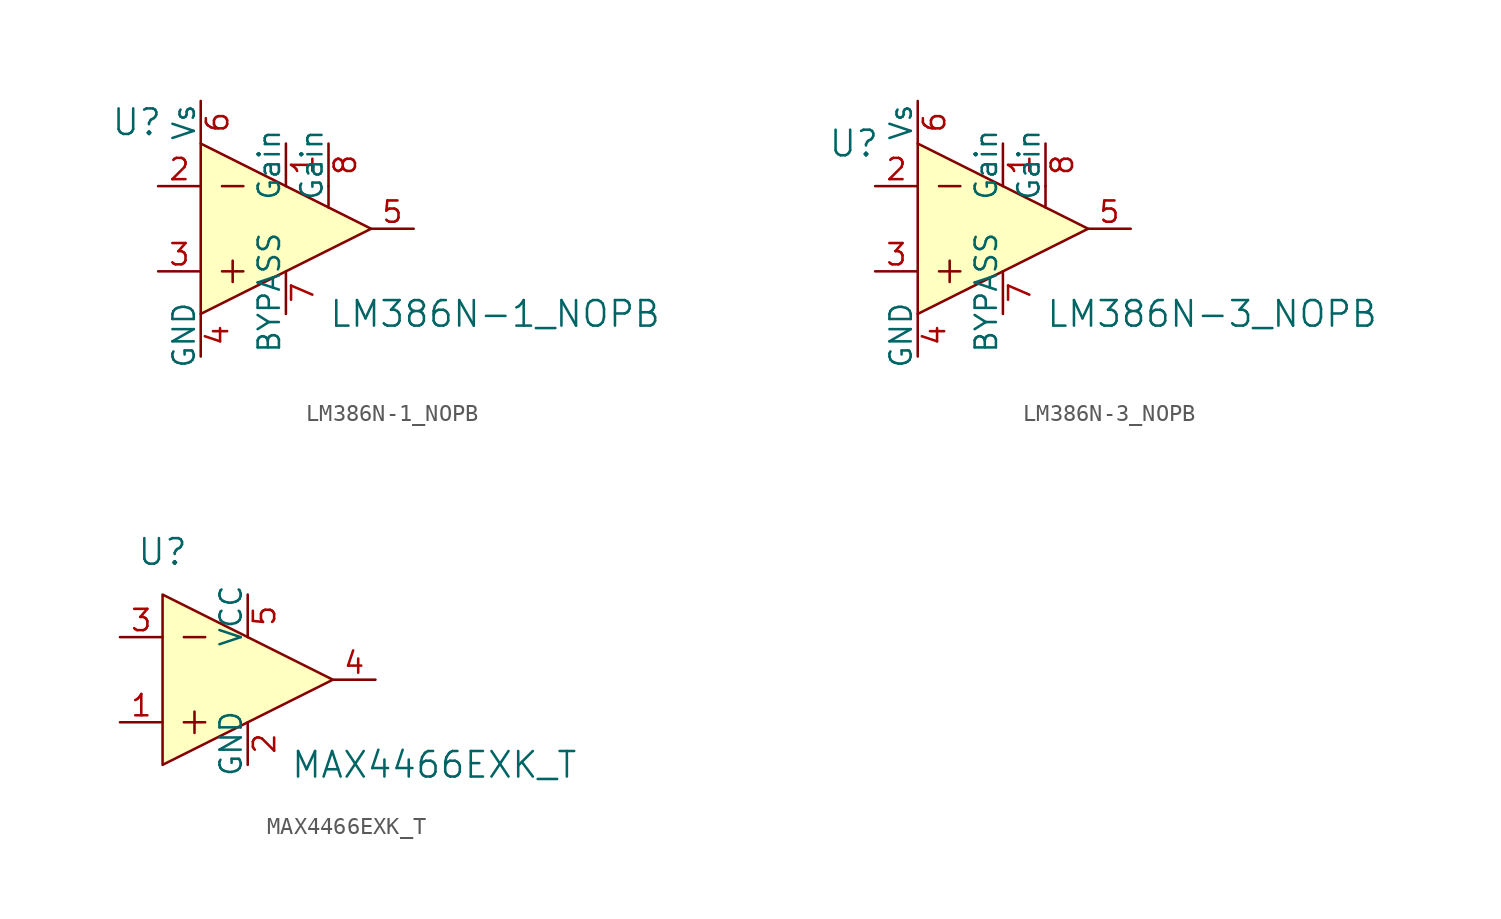
<source format=kicad_sym>
(kicad_symbol_lib
  (version 20231120)
  (generator "kicad_symbol_editor")
  (generator_version "8.0")
  (symbol "LM386N-1_NOPB"
    (pin_names
      (offset 0))
    (property "Reference" "U"
      (at -8.89 6.35 0)
      (effects (font (size 1.524 1.524))))
    (property "Value" "LM386N-1_NOPB"
      (at 2.54 -5.08 0)
      (effects (font (size 1.524 1.524)) (justify left)))
    (symbol "LM386N-1_NOPB_0_1"
      (polyline (pts (xy -3.81 -2.54) (xy -2.54 -2.54)) (stroke (width 0) (type default)) (fill (type none)))
      (polyline (pts (xy -3.81 2.54) (xy -2.54 2.54)) (stroke (width 0) (type default)) (fill (type none)))
      (polyline (pts (xy -3.175 -1.905) (xy -3.175 -3.175)) (stroke (width 0) (type default)) (fill (type none)))
      (polyline (pts (xy 2.54 2.54) (xy 2.54 1.27)) (stroke (width 0) (type default)) (fill (type none)))
      (polyline (pts (xy -5.08 5.08) (xy -5.08 -5.08) (xy 5.08 0) (xy -5.08 5.08)) (stroke (width 0) (type default)) (fill (type background))))
    (symbol "LM386N-1_NOPB_1_1"
      (pin input line (at 0 5.08 270) (length 2.54) (name "Gain" (effects (font (size 1.27 1.27)))) (number "1" (effects (font (size 1.27 1.27)))))
      (pin input line (at -7.62 2.54 0) (length 2.54) (name "~" (effects (font (size 1.27 1.27)))) (number "2" (effects (font (size 1.27 1.27)))))
      (pin input line (at -7.62 -2.54 0) (length 2.54) (name "~" (effects (font (size 1.27 1.27)))) (number "3" (effects (font (size 1.27 1.27)))))
      (pin power_in line (at -5.08 -7.62 90) (length 2.54) (name "GND" (effects (font (size 1.27 1.27)))) (number "4" (effects (font (size 1.27 1.27)))))
      (pin output line (at 7.62 0 180) (length 2.54) (name "~" (effects (font (size 1.27 1.27)))) (number "5" (effects (font (size 1.27 1.27)))))
      (pin power_in line (at -5.08 7.62 270) (length 2.54) (name "Vs" (effects (font (size 1.27 1.27)))) (number "6" (effects (font (size 1.27 1.27)))))
      (pin output line (at 0 -5.08 90) (length 2.54) (name "BYPASS" (effects (font (size 1.27 1.27)))) (number "7" (effects (font (size 1.27 1.27)))))
      (pin input line (at 2.54 5.08 270) (length 2.54) (name "Gain" (effects (font (size 1.27 1.27)))) (number "8" (effects (font (size 1.27 1.27)))))))
  (symbol "LM386N-3_NOPB"
    (pin_names
      (offset 0))
    (property "Reference" "U"
      (at -8.89 5.08 0)
      (effects (font (size 1.524 1.524))))
    (property "Value" "LM386N-3_NOPB"
      (at 2.54 -5.08 0)
      (effects (font (size 1.524 1.524)) (justify left)))
    (symbol "LM386N-3_NOPB_0_1"
      (polyline (pts (xy -3.81 -2.54) (xy -2.54 -2.54)) (stroke (width 0) (type default)) (fill (type none)))
      (polyline (pts (xy -3.81 2.54) (xy -2.54 2.54)) (stroke (width 0) (type default)) (fill (type none)))
      (polyline (pts (xy -3.175 -1.905) (xy -3.175 -3.175)) (stroke (width 0) (type default)) (fill (type none)))
      (polyline (pts (xy 2.54 2.54) (xy 2.54 1.27)) (stroke (width 0) (type default)) (fill (type none)))
      (polyline (pts (xy -5.08 5.08) (xy -5.08 -5.08) (xy 5.08 0) (xy -5.08 5.08)) (stroke (width 0) (type default)) (fill (type background))))
    (symbol "LM386N-3_NOPB_1_1"
      (pin input line (at 0 5.08 270) (length 2.54) (name "Gain" (effects (font (size 1.27 1.27)))) (number "1" (effects (font (size 1.27 1.27)))))
      (pin input line (at -7.62 2.54 0) (length 2.54) (name "~" (effects (font (size 1.27 1.27)))) (number "2" (effects (font (size 1.27 1.27)))))
      (pin input line (at -7.62 -2.54 0) (length 2.54) (name "~" (effects (font (size 1.27 1.27)))) (number "3" (effects (font (size 1.27 1.27)))))
      (pin power_in line (at -5.08 -7.62 90) (length 2.54) (name "GND" (effects (font (size 1.27 1.27)))) (number "4" (effects (font (size 1.27 1.27)))))
      (pin output line (at 7.62 0 180) (length 2.54) (name "~" (effects (font (size 1.27 1.27)))) (number "5" (effects (font (size 1.27 1.27)))))
      (pin power_in line (at -5.08 7.62 270) (length 2.54) (name "Vs" (effects (font (size 1.27 1.27)))) (number "6" (effects (font (size 1.27 1.27)))))
      (pin output line (at 0 -5.08 90) (length 2.54) (name "BYPASS" (effects (font (size 1.27 1.27)))) (number "7" (effects (font (size 1.27 1.27)))))
      (pin input line (at 2.54 5.08 270) (length 2.54) (name "Gain" (effects (font (size 1.27 1.27)))) (number "8" (effects (font (size 1.27 1.27)))))))
  (symbol "MAX4466EXK_T"
    (pin_names
      (offset 0))
    (property "Reference" "U"
      (at -5.08 7.62 0)
      (effects (font (size 1.524 1.524))))
    (property "Value" "MAX4466EXK_T"
      (at 2.54 -5.08 0)
      (effects (font (size 1.524 1.524)) (justify left)))
    (symbol "MAX4466EXK_T_0_1"
      (polyline (pts (xy -3.81 -2.54) (xy -2.54 -2.54)) (stroke (width 0) (type default)) (fill (type none)))
      (polyline (pts (xy -3.81 2.54) (xy -2.54 2.54)) (stroke (width 0) (type default)) (fill (type none)))
      (polyline (pts (xy -3.175 -1.905) (xy -3.175 -3.175)) (stroke (width 0) (type default)) (fill (type none)))
      (polyline (pts (xy -5.08 5.08) (xy -5.08 -5.08) (xy 5.08 0) (xy -5.08 5.08)) (stroke (width 0) (type default)) (fill (type background))))
    (symbol "MAX4466EXK_T_1_1"
      (pin input line (at -7.62 -2.54 0) (length 2.54) (name "~" (effects (font (size 1.27 1.27)))) (number "1" (effects (font (size 1.27 1.27)))))
      (pin power_in line (at 0 -5.08 90) (length 2.54) (name "GND" (effects (font (size 1.27 1.27)))) (number "2" (effects (font (size 1.27 1.27)))))
      (pin input line (at -7.62 2.54 0) (length 2.54) (name "~" (effects (font (size 1.27 1.27)))) (number "3" (effects (font (size 1.27 1.27)))))
      (pin output line (at 7.62 0 180) (length 2.54) (name "~" (effects (font (size 1.27 1.27)))) (number "4" (effects (font (size 1.27 1.27)))))
      (pin power_in line (at 0 5.08 270) (length 2.54) (name "VCC" (effects (font (size 1.27 1.27)))) (number "5" (effects (font (size 1.27 1.27))))))))
</source>
